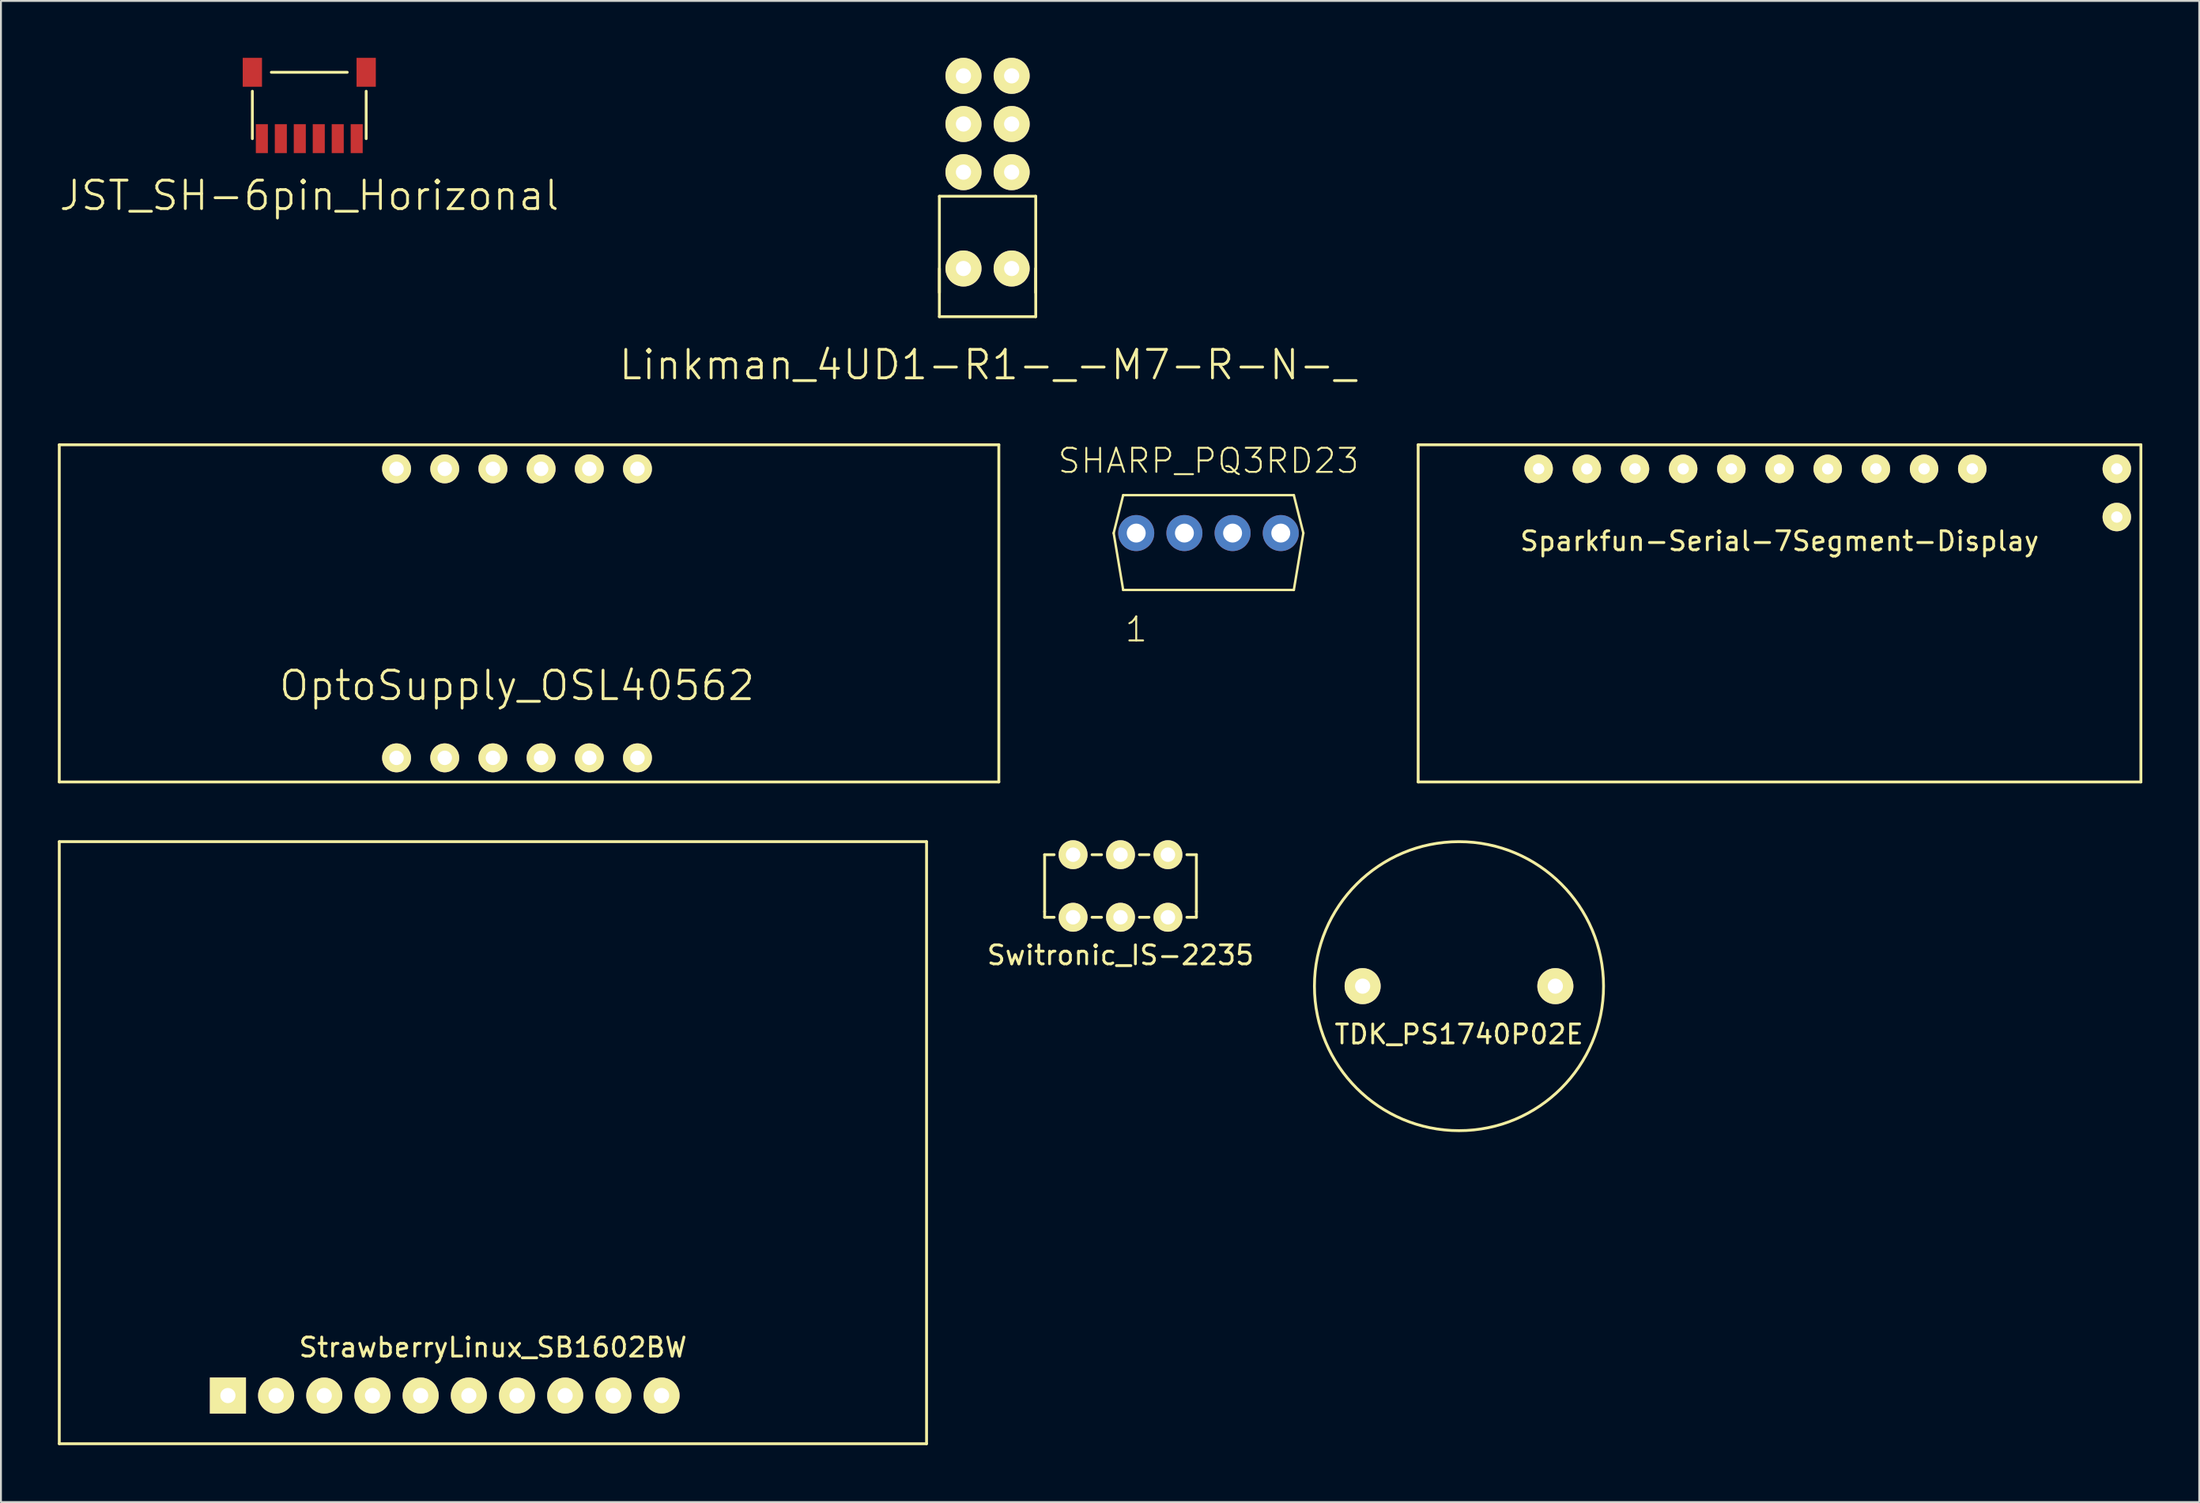
<source format=kicad_pcb>
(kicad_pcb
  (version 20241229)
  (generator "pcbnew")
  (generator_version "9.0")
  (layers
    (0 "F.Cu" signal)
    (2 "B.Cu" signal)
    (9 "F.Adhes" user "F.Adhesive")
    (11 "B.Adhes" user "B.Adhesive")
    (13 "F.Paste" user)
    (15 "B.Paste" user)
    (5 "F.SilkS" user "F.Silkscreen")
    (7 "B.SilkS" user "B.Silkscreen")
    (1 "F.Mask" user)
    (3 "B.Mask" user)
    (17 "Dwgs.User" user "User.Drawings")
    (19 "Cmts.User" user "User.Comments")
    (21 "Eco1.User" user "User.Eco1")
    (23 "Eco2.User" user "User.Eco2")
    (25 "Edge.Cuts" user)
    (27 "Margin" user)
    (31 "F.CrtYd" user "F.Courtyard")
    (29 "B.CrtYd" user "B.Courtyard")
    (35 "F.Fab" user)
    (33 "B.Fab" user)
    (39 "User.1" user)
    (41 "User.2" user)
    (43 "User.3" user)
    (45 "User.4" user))
  (footprint "OptoSupply_OSL40562"
    (layer "F.Cu")
    (at 17.855 36.916)
    (property "Reference" "OptoSupply_OSL40562" (at 6.35 -3.81 0) (layer "F.SilkS") (effects (font (size 1.5 1.5) (thickness 0.15))))
    (attr through_hole)
    (fp_line (start -17.78 -16.51) (end 31.75 -16.51) (stroke (width 0.15) (type solid)) (layer "F.SilkS"))
    (fp_line (start -17.78 1.27) (end -17.78 -16.51) (stroke (width 0.15) (type solid)) (layer "F.SilkS"))
    (fp_line (start 31.75 -16.51) (end 31.75 1.27) (stroke (width 0.15) (type solid)) (layer "F.SilkS"))
    (fp_line (start 31.75 1.27) (end -17.78 1.27) (stroke (width 0.15) (type solid)) (layer "F.SilkS"))
    (pad "1" thru_hole circle (at 0 0) (size 1.524 1.524) (drill 0.762) (layers "*.Cu" "*.Mask" "F.SilkS"))
    (pad "2" thru_hole circle (at 2.54 0) (size 1.524 1.524) (drill 0.762) (layers "*.Cu" "*.Mask" "F.SilkS"))
    (pad "3" thru_hole circle (at 5.08 0) (size 1.524 1.524) (drill 0.762) (layers "*.Cu" "*.Mask" "F.SilkS"))
    (pad "4" thru_hole circle (at 7.62 0) (size 1.524 1.524) (drill 0.762) (layers "*.Cu" "*.Mask" "F.SilkS"))
    (pad "5" thru_hole circle (at 10.16 0) (size 1.524 1.524) (drill 0.762) (layers "*.Cu" "*.Mask" "F.SilkS"))
    (pad "6" thru_hole circle (at 12.7 0) (size 1.524 1.524) (drill 0.762) (layers "*.Cu" "*.Mask" "F.SilkS"))
    (pad "7" thru_hole circle (at 12.7 -15.24) (size 1.524 1.524) (drill 0.762) (layers "*.Cu" "*.Mask" "F.SilkS"))
    (pad "8" thru_hole circle (at 10.16 -15.24) (size 1.524 1.524) (drill 0.762) (layers "*.Cu" "*.Mask" "F.SilkS"))
    (pad "9" thru_hole circle (at 7.62 -15.24) (size 1.524 1.524) (drill 0.762) (layers "*.Cu" "*.Mask" "F.SilkS"))
    (pad "10" thru_hole circle (at 5.08 -15.24) (size 1.524 1.524) (drill 0.762) (layers "*.Cu" "*.Mask" "F.SilkS"))
    (pad "11" thru_hole circle (at 2.54 -15.24) (size 1.524 1.524) (drill 0.762) (layers "*.Cu" "*.Mask" "F.SilkS"))
    (pad "12" thru_hole circle (at 0 -15.24) (size 1.524 1.524) (drill 0.762) (layers "*.Cu" "*.Mask" "F.SilkS")))
  (footprint "Linkman_4UD1-R1-_-M7-R-N-_"
    (layer "F.Cu")
    (at 47.741 0.95)
    (property "Reference" "Linkman_4UD1-R1-_-M7-R-N-_" (at 1.27 15.24 0) (layer "F.SilkS") (effects (font (size 1.5 1.5) (thickness 0.15))))
    (attr through_hole)
    (fp_line (start -1.27 6.35) (end -1.27 11.43) (stroke (width 0.15) (type solid)) (layer "F.SilkS"))
    (fp_line (start -1.27 10.16) (end -1.27 12.7) (stroke (width 0.15) (type solid)) (layer "F.SilkS"))
    (fp_line (start 3.81 6.35) (end -1.27 6.35) (stroke (width 0.15) (type solid)) (layer "F.SilkS"))
    (fp_line (start 3.81 11.43) (end 3.81 6.35) (stroke (width 0.15) (type solid)) (layer "F.SilkS"))
    (fp_line (start 3.81 12.7) (end -1.27 12.7) (stroke (width 0.15) (type solid)) (layer "F.SilkS"))
    (fp_line (start 3.81 12.7) (end 3.81 10.16) (stroke (width 0.15) (type solid)) (layer "F.SilkS"))
    (pad "" thru_hole circle (at 0 10.16) (size 1.9 1.9) (drill 0.8) (layers "*.Cu" "*.Mask" "F.SilkS"))
    (pad "" thru_hole circle (at 2.54 10.16) (size 1.9 1.9) (drill 0.8) (layers "*.Cu" "*.Mask" "F.SilkS"))
    (pad "1" thru_hole circle (at 0 0) (size 1.9 1.9) (drill 0.8) (layers "*.Cu" "*.Mask" "F.SilkS"))
    (pad "2" thru_hole circle (at 0 2.54) (size 1.9 1.9) (drill 0.8) (layers "*.Cu" "*.Mask" "F.SilkS"))
    (pad "3" thru_hole circle (at 0 5.08) (size 1.9 1.9) (drill 0.8) (layers "*.Cu" "*.Mask" "F.SilkS"))
    (pad "4" thru_hole circle (at 2.54 5.08) (size 1.9 1.9) (drill 0.8) (layers "*.Cu" "*.Mask" "F.SilkS"))
    (pad "5" thru_hole circle (at 2.54 2.54) (size 1.9 1.9) (drill 0.8) (layers "*.Cu" "*.Mask" "F.SilkS"))
    (pad "6" thru_hole circle (at 2.54 0) (size 1.9 1.9) (drill 0.8) (layers "*.Cu" "*.Mask" "F.SilkS")))
  (footprint "TDK_PS1740P02E"
    (layer "F.Cu")
    (at 73.863 48.956)
    (property "Reference" "TDK_PS1740P02E" (at 0 2.54 0) (layer "F.SilkS") (effects (font (size 1 1) (thickness 0.15))))
    (attr through_hole)
    (fp_circle (center 0 0) (end 7.62 0) (stroke (width 0.15) (type solid)) (fill no) (layer "F.SilkS"))
    (pad "1" thru_hole circle (at -5.08 0) (size 1.9 1.9) (drill 0.8) (layers "*.Cu" "*.Mask" "F.SilkS"))
    (pad "2" thru_hole circle (at 5.08 0) (size 1.9 1.9) (drill 0.8) (layers "*.Cu" "*.Mask" "F.SilkS")))
  (footprint "SHARP_PQ3RD23"
    (layer "F.Cu")
    (at 60.658 25.062)
    (property "Reference" "SHARP_PQ3RD23" (at 0 -3.81 0) (layer "F.SilkS") (effects (font (size 1.27 1.27) (thickness 0.102))))
    (attr through_hole)
    (fp_line (start -4.999 0) (end -4.498 -1.999) (stroke (width 0.127) (type solid)) (layer "F.SilkS"))
    (fp_line (start -4.498 -1.999) (end 4.498 -1.999) (stroke (width 0.127) (type solid)) (layer "F.SilkS"))
    (fp_line (start -4.498 3) (end -4.999 0) (stroke (width 0.127) (type solid)) (layer "F.SilkS"))
    (fp_line (start 4.498 -1.999) (end 4.999 0) (stroke (width 0.127) (type solid)) (layer "F.SilkS"))
    (fp_line (start 4.498 3) (end -4.498 3) (stroke (width 0.127) (type solid)) (layer "F.SilkS"))
    (fp_line (start 4.999 0) (end 4.498 3) (stroke (width 0.127) (type solid)) (layer "F.SilkS"))
    (fp_text user "1" (at -3.81 5.08 0) (layer "F.SilkS") (effects (font (size 1.27 1.27) (thickness 0.102))))
    (pad "1" thru_hole circle (at -3.81 0 90) (size 1.9 1.9) (drill 0.998) (layers "*.Cu" "*.Mask"))
    (pad "2" thru_hole circle (at -1.27 0 90) (size 1.9 1.9) (drill 0.998) (layers "*.Cu" "*.Mask"))
    (pad "3" thru_hole circle (at 1.27 0 90) (size 1.9 1.9) (drill 0.998) (layers "*.Cu" "*.Mask"))
    (pad "4" thru_hole circle (at 3.81 0 90) (size 1.9 1.9) (drill 0.998) (layers "*.Cu" "*.Mask")))
  (footprint "JST_SH-6pin_Horizonal"
    (layer "F.Cu")
    (at 13.254 2.762)
    (property "Reference" "JST_SH-6pin_Horizonal" (at 0 4.5 0) (layer "F.SilkS") (effects (font (size 1.5 1.5) (thickness 0.15))))
    (attr through_hole)
    (fp_line (start -3 1.5) (end -3 -1) (stroke (width 0.15) (type solid)) (layer "F.SilkS"))
    (fp_line (start 2 -2) (end -2 -2) (stroke (width 0.15) (type solid)) (layer "F.SilkS"))
    (fp_line (start 3 1.5) (end 3 -1) (stroke (width 0.15) (type solid)) (layer "F.SilkS"))
    (pad "" smd trapezoid (at -3 -2 180) (size 1.016 1.524) (layers "F.Cu" "F.Mask" "F.Paste"))
    (pad "" smd trapezoid (at 3 -2 180) (size 1.016 1.524) (layers "F.Cu" "F.Mask" "F.Paste"))
    (pad "1" smd trapezoid (at -2.5 1.5 180) (size 0.635 1.524) (layers "F.Cu" "F.Mask" "F.Paste"))
    (pad "2" smd trapezoid (at -1.5 1.5 180) (size 0.635 1.524) (layers "F.Cu" "F.Mask" "F.Paste"))
    (pad "3" smd trapezoid (at -0.5 1.5 180) (size 0.635 1.524) (layers "F.Cu" "F.Mask" "F.Paste"))
    (pad "4" smd trapezoid (at 0.5 1.5 180) (size 0.635 1.524) (layers "F.Cu" "F.Mask" "F.Paste"))
    (pad "5" smd trapezoid (at 1.5 1.5 180) (size 0.635 1.524) (layers "F.Cu" "F.Mask" "F.Paste"))
    (pad "6" smd trapezoid (at 2.5 1.5 180) (size 0.635 1.524) (layers "F.Cu" "F.Mask" "F.Paste")))
  (footprint "Sparkfun-Serial-7Segment-Display"
    (layer "F.Cu")
    (at 92.031 30.566)
    (property "Reference" "Sparkfun-Serial-7Segment-Display" (at -1.27 -5.08 0) (layer "F.SilkS") (effects (font (size 1 1) (thickness 0.15))))
    (attr through_hole)
    (fp_line (start -20.32 -10.16) (end -20.32 7.62) (stroke (width 0.15) (type solid)) (layer "F.SilkS"))
    (fp_line (start -20.32 7.62) (end 17.78 7.62) (stroke (width 0.15) (type solid)) (layer "F.SilkS"))
    (fp_line (start 17.78 -10.16) (end -20.32 -10.16) (stroke (width 0.15) (type solid)) (layer "F.SilkS"))
    (fp_line (start 17.78 7.62) (end 17.78 -10.16) (stroke (width 0.15) (type solid)) (layer "F.SilkS"))
    (pad "1" thru_hole circle (at -13.97 -8.89) (size 1.5 1.5) (drill 0.6) (layers "*.Cu" "*.Mask" "F.SilkS"))
    (pad "2" thru_hole circle (at -11.43 -8.89) (size 1.5 1.5) (drill 0.6) (layers "*.Cu" "*.Mask" "F.SilkS"))
    (pad "3" thru_hole circle (at -8.89 -8.89) (size 1.5 1.5) (drill 0.6) (layers "*.Cu" "*.Mask" "F.SilkS"))
    (pad "4" thru_hole circle (at -6.35 -8.89) (size 1.5 1.5) (drill 0.6) (layers "*.Cu" "*.Mask" "F.SilkS"))
    (pad "5" thru_hole circle (at -3.81 -8.89) (size 1.5 1.5) (drill 0.6) (layers "*.Cu" "*.Mask" "F.SilkS"))
    (pad "6" thru_hole circle (at -1.27 -8.89) (size 1.5 1.5) (drill 0.6) (layers "*.Cu" "*.Mask" "F.SilkS"))
    (pad "7" thru_hole circle (at 1.27 -8.89) (size 1.5 1.5) (drill 0.6) (layers "*.Cu" "*.Mask" "F.SilkS"))
    (pad "8" thru_hole circle (at 3.81 -8.89) (size 1.5 1.5) (drill 0.6) (layers "*.Cu" "*.Mask" "F.SilkS"))
    (pad "9" thru_hole circle (at 6.35 -8.89) (size 1.5 1.5) (drill 0.6) (layers "*.Cu" "*.Mask" "F.SilkS"))
    (pad "10" thru_hole circle (at 8.89 -8.89) (size 1.5 1.5) (drill 0.6) (layers "*.Cu" "*.Mask" "F.SilkS"))
    (pad "11" thru_hole circle (at 16.51 -8.89) (size 1.5 1.5) (drill 0.6) (layers "*.Cu" "*.Mask" "F.SilkS"))
    (pad "12" thru_hole circle (at 16.51 -6.35) (size 1.5 1.5) (drill 0.6) (layers "*.Cu" "*.Mask" "F.SilkS")))
  (footprint "StrawberryLinux_SB1602BW"
    (layer "F.Cu")
    (at 22.935 59.116)
    (property "Reference" "StrawberryLinux_SB1602BW" (at 0 8.89 0) (layer "F.SilkS") (effects (font (size 1 1) (thickness 0.15))))
    (attr through_hole)
    (fp_line (start -22.86 -17.78) (end -22.86 13.97) (stroke (width 0.15) (type solid)) (layer "F.SilkS"))
    (fp_line (start -22.86 13.97) (end 22.86 13.97) (stroke (width 0.15) (type solid)) (layer "F.SilkS"))
    (fp_line (start 22.86 -17.78) (end -22.86 -17.78) (stroke (width 0.15) (type solid)) (layer "F.SilkS"))
    (fp_line (start 22.86 13.97) (end 22.86 -17.78) (stroke (width 0.15) (type solid)) (layer "F.SilkS"))
    (pad "1" thru_hole trapezoid (at -13.97 11.43) (size 1.9 1.9) (drill 0.8) (layers "*.Cu" "*.Mask" "F.SilkS"))
    (pad "2" thru_hole circle (at -11.43 11.43) (size 1.9 1.9) (drill 0.8) (layers "*.Cu" "*.Mask" "F.SilkS"))
    (pad "3" thru_hole circle (at -8.89 11.43) (size 1.9 1.9) (drill 0.8) (layers "*.Cu" "*.Mask" "F.SilkS"))
    (pad "4" thru_hole circle (at -6.35 11.43) (size 1.9 1.9) (drill 0.8) (layers "*.Cu" "*.Mask" "F.SilkS"))
    (pad "5" thru_hole circle (at -3.81 11.43) (size 1.9 1.9) (drill 0.8) (layers "*.Cu" "*.Mask" "F.SilkS"))
    (pad "6" thru_hole circle (at -1.27 11.43) (size 1.9 1.9) (drill 0.8) (layers "*.Cu" "*.Mask" "F.SilkS"))
    (pad "7" thru_hole circle (at 1.27 11.43) (size 1.9 1.9) (drill 0.8) (layers "*.Cu" "*.Mask" "F.SilkS"))
    (pad "8" thru_hole circle (at 3.81 11.43) (size 1.9 1.9) (drill 0.8) (layers "*.Cu" "*.Mask" "F.SilkS"))
    (pad "9" thru_hole circle (at 6.35 11.43) (size 1.9 1.9) (drill 0.8) (layers "*.Cu" "*.Mask" "F.SilkS"))
    (pad "10" thru_hole circle (at 8.89 11.43) (size 1.9 1.9) (drill 0.8) (layers "*.Cu" "*.Mask" "F.SilkS")))
  (footprint "Switronic_IS-2235"
    (layer "F.Cu")
    (at 53.519 42.023)
    (property "Reference" "Switronic_IS-2235" (at 2.5 5.3 0) (layer "F.SilkS") (effects (font (size 1 1) (thickness 0.15))))
    (attr through_hole)
    (fp_line (start -1.5 0) (end -1.5 3) (stroke (width 0.15) (type solid)) (layer "F.SilkS"))
    (fp_line (start -1.5 0) (end -1 0) (stroke (width 0.15) (type solid)) (layer "F.SilkS"))
    (fp_line (start -1.5 3) (end -1.5 3.3) (stroke (width 0.15) (type solid)) (layer "F.SilkS"))
    (fp_line (start -1.5 3.3) (end -1 3.3) (stroke (width 0.15) (type solid)) (layer "F.SilkS"))
    (fp_line (start 1 0) (end 1.5 0) (stroke (width 0.15) (type solid)) (layer "F.SilkS"))
    (fp_line (start 1 3.3) (end 1.5 3.3) (stroke (width 0.15) (type solid)) (layer "F.SilkS"))
    (fp_line (start 3.5 0) (end 4 0) (stroke (width 0.15) (type solid)) (layer "F.SilkS"))
    (fp_line (start 3.5 3.3) (end 4 3.3) (stroke (width 0.15) (type solid)) (layer "F.SilkS"))
    (fp_line (start 6 0) (end 6.5 0) (stroke (width 0.15) (type solid)) (layer "F.SilkS"))
    (fp_line (start 6.5 0) (end 6.5 3) (stroke (width 0.15) (type solid)) (layer "F.SilkS"))
    (fp_line (start 6.5 3) (end 6.5 3.3) (stroke (width 0.15) (type solid)) (layer "F.SilkS"))
    (fp_line (start 6.5 3.3) (end 6 3.3) (stroke (width 0.15) (type solid)) (layer "F.SilkS"))
    (pad "1" thru_hole circle (at 0 0) (size 1.524 1.524) (drill 0.762) (layers "*.Cu" "*.Mask" "F.SilkS"))
    (pad "2" thru_hole circle (at 2.5 0) (size 1.524 1.524) (drill 0.762) (layers "*.Cu" "*.Mask" "F.SilkS"))
    (pad "3" thru_hole circle (at 5 0) (size 1.524 1.524) (drill 0.762) (layers "*.Cu" "*.Mask" "F.SilkS"))
    (pad "4" thru_hole circle (at 0 3.3) (size 1.524 1.524) (drill 0.762) (layers "*.Cu" "*.Mask" "F.SilkS"))
    (pad "5" thru_hole circle (at 2.5 3.3) (size 1.524 1.524) (drill 0.762) (layers "*.Cu" "*.Mask" "F.SilkS"))
    (pad "6" thru_hole circle (at 5 3.3) (size 1.524 1.524) (drill 0.762) (layers "*.Cu" "*.Mask" "F.SilkS")))
  (gr_rect
    (start -3 -3)
    (end 112.886 76.161)
    (stroke (width 0.1) (type default))
    (fill no)
    (layer "Edge.Cuts")))
</source>
